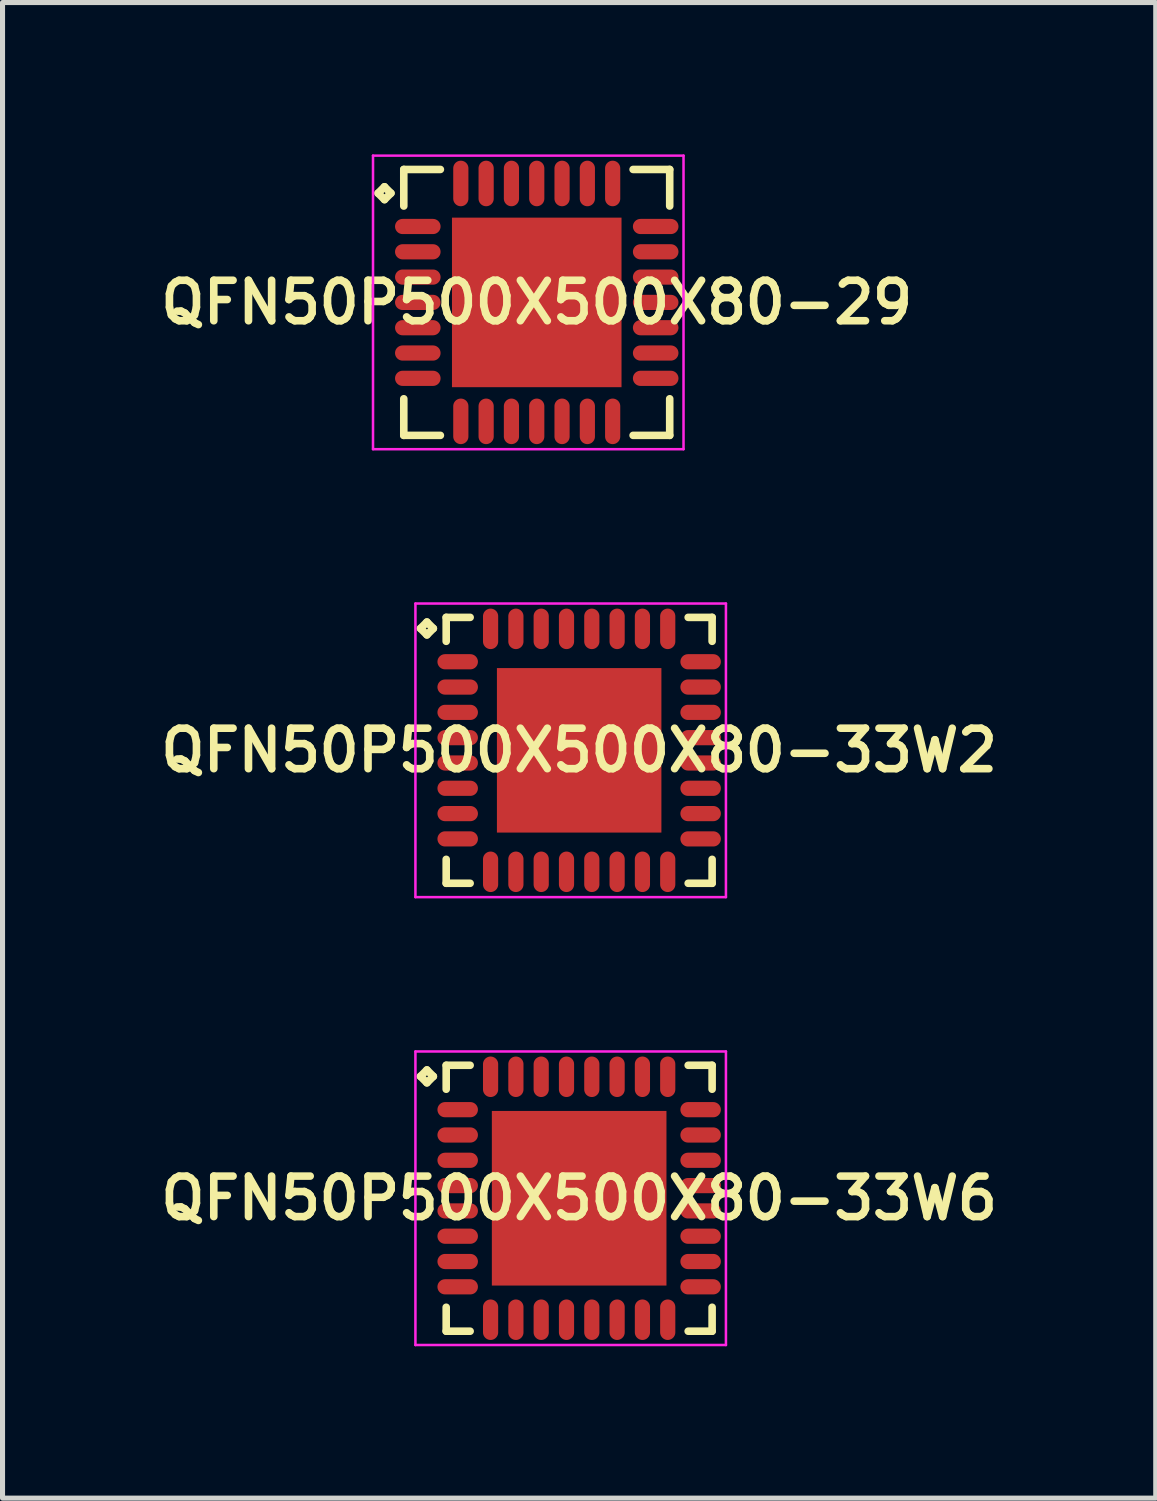
<source format=kicad_pcb>
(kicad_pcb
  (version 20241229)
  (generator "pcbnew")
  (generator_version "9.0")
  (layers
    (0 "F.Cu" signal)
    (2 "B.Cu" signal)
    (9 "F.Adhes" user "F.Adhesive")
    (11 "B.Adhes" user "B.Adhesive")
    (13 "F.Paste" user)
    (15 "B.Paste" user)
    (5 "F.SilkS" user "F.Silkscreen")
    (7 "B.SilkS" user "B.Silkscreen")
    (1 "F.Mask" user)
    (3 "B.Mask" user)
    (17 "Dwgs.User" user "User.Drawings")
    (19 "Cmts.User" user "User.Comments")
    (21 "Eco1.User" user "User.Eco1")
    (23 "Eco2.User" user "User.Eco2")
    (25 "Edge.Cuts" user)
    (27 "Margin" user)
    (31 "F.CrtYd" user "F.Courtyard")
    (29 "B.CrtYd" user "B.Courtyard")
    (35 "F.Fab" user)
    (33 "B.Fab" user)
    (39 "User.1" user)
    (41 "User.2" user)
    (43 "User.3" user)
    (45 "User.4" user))
  (footprint "QFN50P500X500X80-33W2"
    (layer "F.Cu")
    (at 8.393 11.775)
    (property "Reference" "QFN50P500X500X80-33W2" (at 0 0 0) (layer "F.SilkS") (effects (font (size 0.8 0.8) (thickness 0.15))))
    (attr smd)
    (fp_line (start -3.135 -2.408) (end -3.008 -2.535) (stroke (width 0.15) (type solid)) (layer "F.SilkS"))
    (fp_line (start -3.008 -2.535) (end -2.881 -2.408) (stroke (width 0.15) (type solid)) (layer "F.SilkS"))
    (fp_line (start -3.008 -2.281) (end -3.135 -2.408) (stroke (width 0.15) (type solid)) (layer "F.SilkS"))
    (fp_line (start -2.881 -2.408) (end -3.008 -2.281) (stroke (width 0.15) (type solid)) (layer "F.SilkS"))
    (fp_line (start -2.627 -2.627) (end -2.154 -2.627) (stroke (width 0.15) (type solid)) (layer "F.SilkS"))
    (fp_line (start -2.627 -2.154) (end -2.627 -2.627) (stroke (width 0.15) (type solid)) (layer "F.SilkS"))
    (fp_line (start -2.627 2.154) (end -2.627 2.627) (stroke (width 0.15) (type solid)) (layer "F.SilkS"))
    (fp_line (start -2.627 2.627) (end -2.154 2.627) (stroke (width 0.15) (type solid)) (layer "F.SilkS"))
    (fp_line (start 2.154 -2.627) (end 2.627 -2.627) (stroke (width 0.15) (type solid)) (layer "F.SilkS"))
    (fp_line (start 2.154 2.627) (end 2.627 2.627) (stroke (width 0.15) (type solid)) (layer "F.SilkS"))
    (fp_line (start 2.627 -2.627) (end 2.627 -2.154) (stroke (width 0.15) (type solid)) (layer "F.SilkS"))
    (fp_line (start 2.627 2.627) (end 2.627 2.154) (stroke (width 0.15) (type solid)) (layer "F.SilkS"))
    (fp_line (start -3.235 -2.9) (end 2.9 -2.9) (stroke (width 0.05) (type solid)) (layer "F.CrtYd"))
    (fp_line (start -3.235 2.9) (end -3.235 -2.9) (stroke (width 0.05) (type solid)) (layer "F.CrtYd"))
    (fp_line (start 2.9 -2.9) (end 2.9 2.9) (stroke (width 0.05) (type solid)) (layer "F.CrtYd"))
    (fp_line (start 2.9 2.9) (end -3.235 2.9) (stroke (width 0.05) (type solid)) (layer "F.CrtYd"))
    (pad "1" smd oval (at -2.4 -1.75) (size 0.8 0.3) (layers "F.Cu" "F.Mask" "F.Paste"))
    (pad "2" smd oval (at -2.4 -1.25) (size 0.8 0.3) (layers "F.Cu" "F.Mask" "F.Paste"))
    (pad "3" smd oval (at -2.4 -0.75) (size 0.8 0.3) (layers "F.Cu" "F.Mask" "F.Paste"))
    (pad "4" smd oval (at -2.4 -0.25) (size 0.8 0.3) (layers "F.Cu" "F.Mask" "F.Paste"))
    (pad "5" smd oval (at -2.4 0.25) (size 0.8 0.3) (layers "F.Cu" "F.Mask" "F.Paste"))
    (pad "6" smd oval (at -2.4 0.75) (size 0.8 0.3) (layers "F.Cu" "F.Mask" "F.Paste"))
    (pad "7" smd oval (at -2.4 1.25) (size 0.8 0.3) (layers "F.Cu" "F.Mask" "F.Paste"))
    (pad "8" smd oval (at -2.4 1.75) (size 0.8 0.3) (layers "F.Cu" "F.Mask" "F.Paste"))
    (pad "9" smd oval (at -1.75 2.4) (size 0.3 0.8) (layers "F.Cu" "F.Mask" "F.Paste"))
    (pad "10" smd oval (at -1.25 2.4) (size 0.3 0.8) (layers "F.Cu" "F.Mask" "F.Paste"))
    (pad "11" smd oval (at -0.75 2.4) (size 0.3 0.8) (layers "F.Cu" "F.Mask" "F.Paste"))
    (pad "12" smd oval (at -0.25 2.4) (size 0.3 0.8) (layers "F.Cu" "F.Mask" "F.Paste"))
    (pad "13" smd oval (at 0.25 2.4) (size 0.3 0.8) (layers "F.Cu" "F.Mask" "F.Paste"))
    (pad "14" smd oval (at 0.75 2.4) (size 0.3 0.8) (layers "F.Cu" "F.Mask" "F.Paste"))
    (pad "15" smd oval (at 1.25 2.4) (size 0.3 0.8) (layers "F.Cu" "F.Mask" "F.Paste"))
    (pad "16" smd oval (at 1.75 2.4) (size 0.3 0.8) (layers "F.Cu" "F.Mask" "F.Paste"))
    (pad "17" smd oval (at 2.4 1.75) (size 0.8 0.3) (layers "F.Cu" "F.Mask" "F.Paste"))
    (pad "18" smd oval (at 2.4 1.25) (size 0.8 0.3) (layers "F.Cu" "F.Mask" "F.Paste"))
    (pad "19" smd oval (at 2.4 0.75) (size 0.8 0.3) (layers "F.Cu" "F.Mask" "F.Paste"))
    (pad "20" smd oval (at 2.4 0.25) (size 0.8 0.3) (layers "F.Cu" "F.Mask" "F.Paste"))
    (pad "21" smd oval (at 2.4 -0.25) (size 0.8 0.3) (layers "F.Cu" "F.Mask" "F.Paste"))
    (pad "22" smd oval (at 2.4 -0.75) (size 0.8 0.3) (layers "F.Cu" "F.Mask" "F.Paste"))
    (pad "23" smd oval (at 2.4 -1.25) (size 0.8 0.3) (layers "F.Cu" "F.Mask" "F.Paste"))
    (pad "24" smd oval (at 2.4 -1.75) (size 0.8 0.3) (layers "F.Cu" "F.Mask" "F.Paste"))
    (pad "25" smd oval (at 1.75 -2.4) (size 0.3 0.8) (layers "F.Cu" "F.Mask" "F.Paste"))
    (pad "26" smd oval (at 1.25 -2.4) (size 0.3 0.8) (layers "F.Cu" "F.Mask" "F.Paste"))
    (pad "27" smd oval (at 0.75 -2.4) (size 0.3 0.8) (layers "F.Cu" "F.Mask" "F.Paste"))
    (pad "28" smd oval (at 0.25 -2.4) (size 0.3 0.8) (layers "F.Cu" "F.Mask" "F.Paste"))
    (pad "29" smd oval (at -0.25 -2.4) (size 0.3 0.8) (layers "F.Cu" "F.Mask" "F.Paste"))
    (pad "30" smd oval (at -0.75 -2.4) (size 0.3 0.8) (layers "F.Cu" "F.Mask" "F.Paste"))
    (pad "31" smd oval (at -1.25 -2.4) (size 0.3 0.8) (layers "F.Cu" "F.Mask" "F.Paste"))
    (pad "32" smd oval (at -1.75 -2.4) (size 0.3 0.8) (layers "F.Cu" "F.Mask" "F.Paste"))
    (pad "33" smd rect (at 0 0) (size 3.25 3.25) (layers "F.Cu" "F.Mask" "F.Paste")))
  (footprint "QFN50P500X500X80-29"
    (layer "F.Cu")
    (at 7.555 2.925)
    (property "Reference" "QFN50P500X500X80-29" (at 0 0 0) (layer "F.SilkS") (effects (font (size 0.8 0.8) (thickness 0.15))))
    (attr smd)
    (fp_line (start -3.135 -2.158) (end -3.008 -2.285) (stroke (width 0.15) (type solid)) (layer "F.SilkS"))
    (fp_line (start -3.008 -2.285) (end -2.881 -2.158) (stroke (width 0.15) (type solid)) (layer "F.SilkS"))
    (fp_line (start -3.008 -2.031) (end -3.135 -2.158) (stroke (width 0.15) (type solid)) (layer "F.SilkS"))
    (fp_line (start -2.881 -2.158) (end -3.008 -2.031) (stroke (width 0.15) (type solid)) (layer "F.SilkS"))
    (fp_line (start -2.627 -2.627) (end -1.904 -2.627) (stroke (width 0.15) (type solid)) (layer "F.SilkS"))
    (fp_line (start -2.627 -1.904) (end -2.627 -2.627) (stroke (width 0.15) (type solid)) (layer "F.SilkS"))
    (fp_line (start -2.627 1.904) (end -2.627 2.627) (stroke (width 0.15) (type solid)) (layer "F.SilkS"))
    (fp_line (start -2.627 2.627) (end -1.904 2.627) (stroke (width 0.15) (type solid)) (layer "F.SilkS"))
    (fp_line (start 1.904 -2.627) (end 2.627 -2.627) (stroke (width 0.15) (type solid)) (layer "F.SilkS"))
    (fp_line (start 1.904 2.627) (end 2.627 2.627) (stroke (width 0.15) (type solid)) (layer "F.SilkS"))
    (fp_line (start 2.627 -2.627) (end 2.627 -1.904) (stroke (width 0.15) (type solid)) (layer "F.SilkS"))
    (fp_line (start 2.627 2.627) (end 2.627 1.904) (stroke (width 0.15) (type solid)) (layer "F.SilkS"))
    (fp_line (start -3.235 -2.9) (end 2.9 -2.9) (stroke (width 0.05) (type solid)) (layer "F.CrtYd"))
    (fp_line (start -3.235 2.9) (end -3.235 -2.9) (stroke (width 0.05) (type solid)) (layer "F.CrtYd"))
    (fp_line (start 2.9 -2.9) (end 2.9 2.9) (stroke (width 0.05) (type solid)) (layer "F.CrtYd"))
    (fp_line (start 2.9 2.9) (end -3.235 2.9) (stroke (width 0.05) (type solid)) (layer "F.CrtYd"))
    (pad "1" smd oval (at -2.35 -1.5) (size 0.9 0.3) (layers "F.Cu" "F.Mask" "F.Paste"))
    (pad "2" smd oval (at -2.35 -1) (size 0.9 0.3) (layers "F.Cu" "F.Mask" "F.Paste"))
    (pad "3" smd oval (at -2.35 -0.5) (size 0.9 0.3) (layers "F.Cu" "F.Mask" "F.Paste"))
    (pad "4" smd oval (at -2.35 0) (size 0.9 0.3) (layers "F.Cu" "F.Mask" "F.Paste"))
    (pad "5" smd oval (at -2.35 0.5) (size 0.9 0.3) (layers "F.Cu" "F.Mask" "F.Paste"))
    (pad "6" smd oval (at -2.35 1) (size 0.9 0.3) (layers "F.Cu" "F.Mask" "F.Paste"))
    (pad "7" smd oval (at -2.35 1.5) (size 0.9 0.3) (layers "F.Cu" "F.Mask" "F.Paste"))
    (pad "8" smd oval (at -1.5 2.35) (size 0.3 0.9) (layers "F.Cu" "F.Mask" "F.Paste"))
    (pad "9" smd oval (at -1 2.35) (size 0.3 0.9) (layers "F.Cu" "F.Mask" "F.Paste"))
    (pad "10" smd oval (at -0.5 2.35) (size 0.3 0.9) (layers "F.Cu" "F.Mask" "F.Paste"))
    (pad "11" smd oval (at 0 2.35) (size 0.3 0.9) (layers "F.Cu" "F.Mask" "F.Paste"))
    (pad "12" smd oval (at 0.5 2.35) (size 0.3 0.9) (layers "F.Cu" "F.Mask" "F.Paste"))
    (pad "13" smd oval (at 1 2.35) (size 0.3 0.9) (layers "F.Cu" "F.Mask" "F.Paste"))
    (pad "14" smd oval (at 1.5 2.35) (size 0.3 0.9) (layers "F.Cu" "F.Mask" "F.Paste"))
    (pad "15" smd oval (at 2.35 1.5) (size 0.9 0.3) (layers "F.Cu" "F.Mask" "F.Paste"))
    (pad "16" smd oval (at 2.35 1) (size 0.9 0.3) (layers "F.Cu" "F.Mask" "F.Paste"))
    (pad "17" smd oval (at 2.35 0.5) (size 0.9 0.3) (layers "F.Cu" "F.Mask" "F.Paste"))
    (pad "18" smd oval (at 2.35 0) (size 0.9 0.3) (layers "F.Cu" "F.Mask" "F.Paste"))
    (pad "19" smd oval (at 2.35 -0.5) (size 0.9 0.3) (layers "F.Cu" "F.Mask" "F.Paste"))
    (pad "20" smd oval (at 2.35 -1) (size 0.9 0.3) (layers "F.Cu" "F.Mask" "F.Paste"))
    (pad "21" smd oval (at 2.35 -1.5) (size 0.9 0.3) (layers "F.Cu" "F.Mask" "F.Paste"))
    (pad "22" smd oval (at 1.5 -2.35) (size 0.3 0.9) (layers "F.Cu" "F.Mask" "F.Paste"))
    (pad "23" smd oval (at 1 -2.35) (size 0.3 0.9) (layers "F.Cu" "F.Mask" "F.Paste"))
    (pad "24" smd oval (at 0.5 -2.35) (size 0.3 0.9) (layers "F.Cu" "F.Mask" "F.Paste"))
    (pad "25" smd oval (at 0 -2.35) (size 0.3 0.9) (layers "F.Cu" "F.Mask" "F.Paste"))
    (pad "26" smd oval (at -0.5 -2.35) (size 0.3 0.9) (layers "F.Cu" "F.Mask" "F.Paste"))
    (pad "27" smd oval (at -1 -2.35) (size 0.3 0.9) (layers "F.Cu" "F.Mask" "F.Paste"))
    (pad "28" smd oval (at -1.5 -2.35) (size 0.3 0.9) (layers "F.Cu" "F.Mask" "F.Paste"))
    (pad "29" smd rect (at 0 0) (size 3.35 3.35) (layers "F.Cu" "F.Mask" "F.Paste")))
  (footprint "QFN50P500X500X80-33W6"
    (layer "F.Cu")
    (at 8.393 20.625)
    (property "Reference" "QFN50P500X500X80-33W6" (at 0 0 0) (layer "F.SilkS") (effects (font (size 0.8 0.8) (thickness 0.15))))
    (attr smd)
    (fp_line (start -3.135 -2.408) (end -3.008 -2.535) (stroke (width 0.15) (type solid)) (layer "F.SilkS"))
    (fp_line (start -3.008 -2.535) (end -2.881 -2.408) (stroke (width 0.15) (type solid)) (layer "F.SilkS"))
    (fp_line (start -3.008 -2.281) (end -3.135 -2.408) (stroke (width 0.15) (type solid)) (layer "F.SilkS"))
    (fp_line (start -2.881 -2.408) (end -3.008 -2.281) (stroke (width 0.15) (type solid)) (layer "F.SilkS"))
    (fp_line (start -2.627 -2.627) (end -2.154 -2.627) (stroke (width 0.15) (type solid)) (layer "F.SilkS"))
    (fp_line (start -2.627 -2.154) (end -2.627 -2.627) (stroke (width 0.15) (type solid)) (layer "F.SilkS"))
    (fp_line (start -2.627 2.154) (end -2.627 2.627) (stroke (width 0.15) (type solid)) (layer "F.SilkS"))
    (fp_line (start -2.627 2.627) (end -2.154 2.627) (stroke (width 0.15) (type solid)) (layer "F.SilkS"))
    (fp_line (start 2.154 -2.627) (end 2.627 -2.627) (stroke (width 0.15) (type solid)) (layer "F.SilkS"))
    (fp_line (start 2.154 2.627) (end 2.627 2.627) (stroke (width 0.15) (type solid)) (layer "F.SilkS"))
    (fp_line (start 2.627 -2.627) (end 2.627 -2.154) (stroke (width 0.15) (type solid)) (layer "F.SilkS"))
    (fp_line (start 2.627 2.627) (end 2.627 2.154) (stroke (width 0.15) (type solid)) (layer "F.SilkS"))
    (fp_line (start -3.235 -2.9) (end 2.9 -2.9) (stroke (width 0.05) (type solid)) (layer "F.CrtYd"))
    (fp_line (start -3.235 2.9) (end -3.235 -2.9) (stroke (width 0.05) (type solid)) (layer "F.CrtYd"))
    (fp_line (start 2.9 -2.9) (end 2.9 2.9) (stroke (width 0.05) (type solid)) (layer "F.CrtYd"))
    (fp_line (start 2.9 2.9) (end -3.235 2.9) (stroke (width 0.05) (type solid)) (layer "F.CrtYd"))
    (pad "1" smd oval (at -2.4 -1.75) (size 0.8 0.3) (layers "F.Cu" "F.Mask" "F.Paste"))
    (pad "2" smd oval (at -2.4 -1.25) (size 0.8 0.3) (layers "F.Cu" "F.Mask" "F.Paste"))
    (pad "3" smd oval (at -2.4 -0.75) (size 0.8 0.3) (layers "F.Cu" "F.Mask" "F.Paste"))
    (pad "4" smd oval (at -2.4 -0.25) (size 0.8 0.3) (layers "F.Cu" "F.Mask" "F.Paste"))
    (pad "5" smd oval (at -2.4 0.25) (size 0.8 0.3) (layers "F.Cu" "F.Mask" "F.Paste"))
    (pad "6" smd oval (at -2.4 0.75) (size 0.8 0.3) (layers "F.Cu" "F.Mask" "F.Paste"))
    (pad "7" smd oval (at -2.4 1.25) (size 0.8 0.3) (layers "F.Cu" "F.Mask" "F.Paste"))
    (pad "8" smd oval (at -2.4 1.75) (size 0.8 0.3) (layers "F.Cu" "F.Mask" "F.Paste"))
    (pad "9" smd oval (at -1.75 2.4) (size 0.3 0.8) (layers "F.Cu" "F.Mask" "F.Paste"))
    (pad "10" smd oval (at -1.25 2.4) (size 0.3 0.8) (layers "F.Cu" "F.Mask" "F.Paste"))
    (pad "11" smd oval (at -0.75 2.4) (size 0.3 0.8) (layers "F.Cu" "F.Mask" "F.Paste"))
    (pad "12" smd oval (at -0.25 2.4) (size 0.3 0.8) (layers "F.Cu" "F.Mask" "F.Paste"))
    (pad "13" smd oval (at 0.25 2.4) (size 0.3 0.8) (layers "F.Cu" "F.Mask" "F.Paste"))
    (pad "14" smd oval (at 0.75 2.4) (size 0.3 0.8) (layers "F.Cu" "F.Mask" "F.Paste"))
    (pad "15" smd oval (at 1.25 2.4) (size 0.3 0.8) (layers "F.Cu" "F.Mask" "F.Paste"))
    (pad "16" smd oval (at 1.75 2.4) (size 0.3 0.8) (layers "F.Cu" "F.Mask" "F.Paste"))
    (pad "17" smd oval (at 2.4 1.75) (size 0.8 0.3) (layers "F.Cu" "F.Mask" "F.Paste"))
    (pad "18" smd oval (at 2.4 1.25) (size 0.8 0.3) (layers "F.Cu" "F.Mask" "F.Paste"))
    (pad "19" smd oval (at 2.4 0.75) (size 0.8 0.3) (layers "F.Cu" "F.Mask" "F.Paste"))
    (pad "20" smd oval (at 2.4 0.25) (size 0.8 0.3) (layers "F.Cu" "F.Mask" "F.Paste"))
    (pad "21" smd oval (at 2.4 -0.25) (size 0.8 0.3) (layers "F.Cu" "F.Mask" "F.Paste"))
    (pad "22" smd oval (at 2.4 -0.75) (size 0.8 0.3) (layers "F.Cu" "F.Mask" "F.Paste"))
    (pad "23" smd oval (at 2.4 -1.25) (size 0.8 0.3) (layers "F.Cu" "F.Mask" "F.Paste"))
    (pad "24" smd oval (at 2.4 -1.75) (size 0.8 0.3) (layers "F.Cu" "F.Mask" "F.Paste"))
    (pad "25" smd oval (at 1.75 -2.4) (size 0.3 0.8) (layers "F.Cu" "F.Mask" "F.Paste"))
    (pad "26" smd oval (at 1.25 -2.4) (size 0.3 0.8) (layers "F.Cu" "F.Mask" "F.Paste"))
    (pad "27" smd oval (at 0.75 -2.4) (size 0.3 0.8) (layers "F.Cu" "F.Mask" "F.Paste"))
    (pad "28" smd oval (at 0.25 -2.4) (size 0.3 0.8) (layers "F.Cu" "F.Mask" "F.Paste"))
    (pad "29" smd oval (at -0.25 -2.4) (size 0.3 0.8) (layers "F.Cu" "F.Mask" "F.Paste"))
    (pad "30" smd oval (at -0.75 -2.4) (size 0.3 0.8) (layers "F.Cu" "F.Mask" "F.Paste"))
    (pad "31" smd oval (at -1.25 -2.4) (size 0.3 0.8) (layers "F.Cu" "F.Mask" "F.Paste"))
    (pad "32" smd oval (at -1.75 -2.4) (size 0.3 0.8) (layers "F.Cu" "F.Mask" "F.Paste"))
    (pad "33" smd rect (at 0 0) (size 3.45 3.45) (layers "F.Cu" "F.Mask" "F.Paste")))
  (gr_rect
    (start -3 -3)
    (end 19.785 26.55)
    (stroke (width 0.1) (type default))
    (fill no)
    (layer "Edge.Cuts")))
</source>
